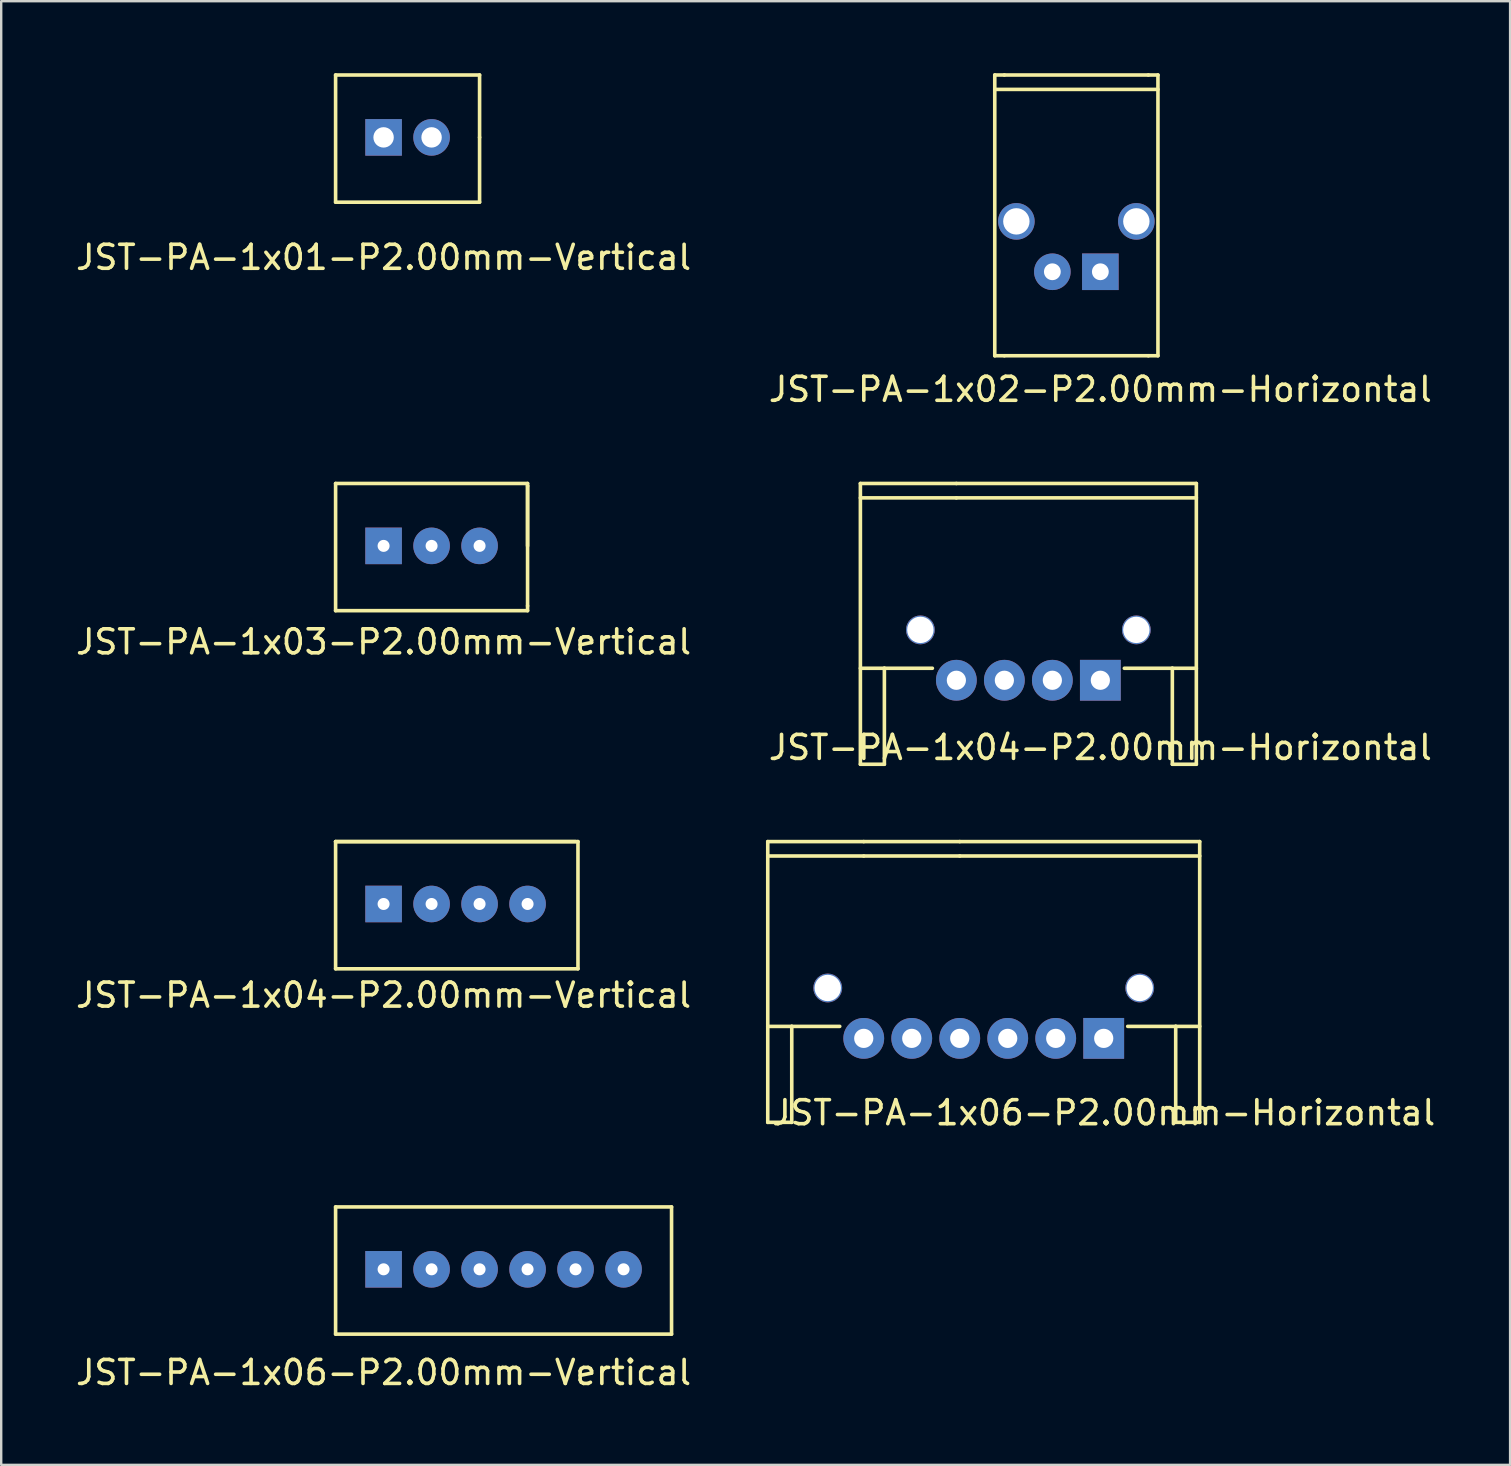
<source format=kicad_pcb>
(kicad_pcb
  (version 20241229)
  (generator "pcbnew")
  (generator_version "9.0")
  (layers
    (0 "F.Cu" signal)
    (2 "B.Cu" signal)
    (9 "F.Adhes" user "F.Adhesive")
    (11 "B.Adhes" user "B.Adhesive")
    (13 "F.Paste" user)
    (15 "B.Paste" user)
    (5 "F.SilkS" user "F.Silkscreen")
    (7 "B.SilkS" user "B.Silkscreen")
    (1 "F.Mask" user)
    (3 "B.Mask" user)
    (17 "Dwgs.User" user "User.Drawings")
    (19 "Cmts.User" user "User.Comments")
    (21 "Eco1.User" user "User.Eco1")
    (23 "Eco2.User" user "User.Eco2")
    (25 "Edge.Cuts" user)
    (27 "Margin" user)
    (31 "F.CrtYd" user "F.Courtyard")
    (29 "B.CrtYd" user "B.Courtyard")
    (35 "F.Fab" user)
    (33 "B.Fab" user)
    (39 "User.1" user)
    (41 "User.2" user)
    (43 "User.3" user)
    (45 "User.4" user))
  (footprint "JST-PA-1x01-P2.00mm-Vertical"
    (layer "F.Cu")
    (at 12.935 2.775)
    (property "Reference" "JST-PA-1x01-P2.00mm-Vertical" (at 0 4.9 0) (layer "F.SilkS") (effects (font (size 1 1) (thickness 0.15))))
    (attr through_hole)
    (fp_line (start -2 -2.7) (end -2 2.6) (stroke (width 0.15) (type solid)) (layer "F.SilkS"))
    (fp_line (start -2 -2.7) (end 4 -2.7) (stroke (width 0.15) (type solid)) (layer "F.SilkS"))
    (fp_line (start 4 -2.7) (end 4 -0.1) (stroke (width 0.15) (type solid)) (layer "F.SilkS"))
    (fp_line (start 4 -0.1) (end 4 2.6) (stroke (width 0.15) (type solid)) (layer "F.SilkS"))
    (fp_line (start 4 2.6) (end -2 2.6) (stroke (width 0.15) (type solid)) (layer "F.SilkS"))
    (pad "1" thru_hole rect (at 0 -0.1) (size 1.524 1.524) (drill 0.85) (layers "*.Cu" "*.Mask"))
    (pad "2" thru_hole circle (at 2 -0.1) (size 1.524 1.524) (drill 0.85) (layers "*.Cu" "*.Mask")))
  (footprint "JST-PA-1x06-P2.00mm-Vertical"
    (layer "F.Cu")
    (at 12.935 49.845)
    (property "Reference" "JST-PA-1x06-P2.00mm-Vertical" (at 0 4.3 0) (layer "F.SilkS") (effects (font (size 1 1) (thickness 0.15))))
    (attr through_hole)
    (fp_line (start -2 -2.6) (end -2 2.7) (stroke (width 0.15) (type solid)) (layer "F.SilkS"))
    (fp_line (start -2 -2.6) (end 12 -2.6) (stroke (width 0.15) (type solid)) (layer "F.SilkS"))
    (fp_line (start -2 2.7) (end 12 2.7) (stroke (width 0.15) (type solid)) (layer "F.SilkS"))
    (fp_line (start 12 -2.6) (end 12 2.7) (stroke (width 0.15) (type solid)) (layer "F.SilkS"))
    (pad "1" thru_hole rect (at 0 0) (size 1.524 1.524) (drill 0.5) (layers "*.Cu" "*.Mask"))
    (pad "2" thru_hole circle (at 2 0) (size 1.524 1.524) (drill 0.5) (layers "*.Cu" "*.Mask"))
    (pad "3" thru_hole circle (at 4 0) (size 1.524 1.524) (drill 0.5) (layers "*.Cu" "*.Mask"))
    (pad "4" thru_hole circle (at 6 0) (size 1.524 1.524) (drill 0.5) (layers "*.Cu" "*.Mask"))
    (pad "5" thru_hole circle (at 8 0) (size 1.524 1.524) (drill 0.5) (layers "*.Cu" "*.Mask"))
    (pad "6" thru_hole circle (at 10 0) (size 1.524 1.524) (drill 0.5) (layers "*.Cu" "*.Mask")))
  (footprint "JST-PA-1x02-P2.00mm-Horizontal"
    (layer "F.Cu")
    (at 42.804 8.275)
    (property "Reference" "JST-PA-1x02-P2.00mm-Horizontal" (at 0 4.9 0) (layer "F.SilkS") (effects (font (size 1 1) (thickness 0.15))))
    (attr through_hole)
    (fp_line (start -4.4 -7.6) (end 2.4 -7.6) (stroke (width 0.15) (type solid)) (layer "F.SilkS"))
    (fp_line (start -4.4 3.5) (end -4.4 -8.2) (stroke (width 0.15) (type solid)) (layer "F.SilkS"))
    (fp_line (start -4.4 3.5) (end -4 3.5) (stroke (width 0.15) (type solid)) (layer "F.SilkS"))
    (fp_line (start -4 -8.2) (end -4.4 -8.2) (stroke (width 0.15) (type solid)) (layer "F.SilkS"))
    (fp_line (start -4 -8.2) (end 2 -8.2) (stroke (width 0.15) (type solid)) (layer "F.SilkS"))
    (fp_line (start -4 3.5) (end 2 3.5) (stroke (width 0.15) (type solid)) (layer "F.SilkS"))
    (fp_line (start 2 -8.2) (end 2.4 -8.2) (stroke (width 0.15) (type solid)) (layer "F.SilkS"))
    (fp_line (start 2 3.5) (end 2.4 3.5) (stroke (width 0.15) (type solid)) (layer "F.SilkS"))
    (fp_line (start 2.4 -8.2) (end 2.4 3.5) (stroke (width 0.15) (type solid)) (layer "F.SilkS"))
    (pad "" thru_hole circle (at -3.5 -2.1) (size 1.524 1.524) (drill 1.1) (layers "*.Cu" "*.Mask"))
    (pad "" thru_hole circle (at 1.5 -2.1) (size 1.524 1.524) (drill 1.1) (layers "*.Cu" "*.Mask"))
    (pad "1" thru_hole rect (at 0 0) (size 1.524 1.524) (drill 0.7) (layers "*.Cu" "*.Mask"))
    (pad "2" thru_hole circle (at -2 0) (size 1.524 1.524) (drill 0.7) (layers "*.Cu" "*.Mask")))
  (footprint "JST-PA-1x06-P2.00mm-Horizontal"
    (layer "F.Cu")
    (at 42.944 40.221)
    (property "Reference" "JST-PA-1x06-P2.00mm-Horizontal" (at 0 3.1 0) (layer "F.SilkS") (effects (font (size 1 1) (thickness 0.15))))
    (attr through_hole)
    (fp_line (start -14 3.5) (end -14 -8.2) (stroke (width 0.15) (type solid)) (layer "F.SilkS"))
    (fp_line (start -13 -0.5) (end -14 -0.5) (stroke (width 0.15) (type solid)) (layer "F.SilkS"))
    (fp_line (start -13 -0.5) (end -13 3.5) (stroke (width 0.15) (type solid)) (layer "F.SilkS"))
    (fp_line (start -13 3.5) (end -14 3.5) (stroke (width 0.15) (type solid)) (layer "F.SilkS"))
    (fp_line (start -11 -0.5) (end -13 -0.5) (stroke (width 0.15) (type solid)) (layer "F.SilkS"))
    (fp_line (start -10 -8.2) (end -14 -8.2) (stroke (width 0.15) (type solid)) (layer "F.SilkS"))
    (fp_line (start -10 -7.6) (end -14 -7.6) (stroke (width 0.15) (type solid)) (layer "F.SilkS"))
    (fp_line (start -6 -8.2) (end -10 -8.2) (stroke (width 0.15) (type solid)) (layer "F.SilkS"))
    (fp_line (start -6 -8.2) (end 4 -8.2) (stroke (width 0.15) (type solid)) (layer "F.SilkS"))
    (fp_line (start -6 -7.6) (end -10 -7.6) (stroke (width 0.15) (type solid)) (layer "F.SilkS"))
    (fp_line (start -6 -7.6) (end 4 -7.6) (stroke (width 0.15) (type solid)) (layer "F.SilkS"))
    (fp_line (start 3 -0.5) (end 1 -0.5) (stroke (width 0.15) (type solid)) (layer "F.SilkS"))
    (fp_line (start 3 -0.5) (end 3 3.5) (stroke (width 0.15) (type solid)) (layer "F.SilkS"))
    (fp_line (start 3 -0.5) (end 4 -0.5) (stroke (width 0.15) (type solid)) (layer "F.SilkS"))
    (fp_line (start 3 3.5) (end 4 3.5) (stroke (width 0.15) (type solid)) (layer "F.SilkS"))
    (fp_line (start 4 -8.2) (end 4 3.5) (stroke (width 0.15) (type solid)) (layer "F.SilkS"))
    (pad "" thru_hole circle (at -11.5 -2.1) (size 1.2 1.2) (drill 1.1) (layers "*.Cu" "*.Mask"))
    (pad "" thru_hole circle (at 1.5 -2.1) (size 1.2 1.2) (drill 1.1) (layers "*.Cu" "*.Mask"))
    (pad "1" thru_hole rect (at 0 0) (size 1.7 1.7) (drill 0.8) (layers "*.Cu" "*.Mask"))
    (pad "2" thru_hole circle (at -2 0) (size 1.7 1.7) (drill 0.8) (layers "*.Cu" "*.Mask"))
    (pad "3" thru_hole circle (at -4 0) (size 1.7 1.7) (drill 0.8) (layers "*.Cu" "*.Mask"))
    (pad "4" thru_hole circle (at -6 0) (size 1.7 1.7) (drill 0.8) (layers "*.Cu" "*.Mask"))
    (pad "5" thru_hole circle (at -8 0) (size 1.7 1.7) (drill 0.8) (layers "*.Cu" "*.Mask"))
    (pad "6" thru_hole circle (at -10 0) (size 1.7 1.7) (drill 0.8) (layers "*.Cu" "*.Mask")))
  (footprint "JST-PA-1x03-P2.00mm-Vertical"
    (layer "F.Cu")
    (at 12.935 19.698)
    (property "Reference" "JST-PA-1x03-P2.00mm-Vertical" (at 0 4 0) (layer "F.SilkS") (effects (font (size 1 1) (thickness 0.15))))
    (attr through_hole)
    (fp_line (start -2 -2.6) (end -2 2.7) (stroke (width 0.15) (type solid)) (layer "F.SilkS"))
    (fp_line (start -2 -2.6) (end 6 -2.6) (stroke (width 0.15) (type solid)) (layer "F.SilkS"))
    (fp_line (start -2 2.7) (end 6 2.7) (stroke (width 0.15) (type solid)) (layer "F.SilkS"))
    (fp_line (start 6 -2.6) (end 6 -2.5) (stroke (width 0.15) (type solid)) (layer "F.SilkS"))
    (fp_line (start 6 -2.5) (end 6 2.5) (stroke (width 0.15) (type solid)) (layer "F.SilkS"))
    (fp_line (start 6 0) (end 6 -2.5) (stroke (width 0.15) (type solid)) (layer "F.SilkS"))
    (fp_line (start 6 2.7) (end 6 2.5) (stroke (width 0.15) (type solid)) (layer "F.SilkS"))
    (pad "1" thru_hole rect (at 0 0) (size 1.524 1.524) (drill 0.5) (layers "*.Cu" "*.Mask"))
    (pad "2" thru_hole circle (at 2 0) (size 1.524 1.524) (drill 0.5) (layers "*.Cu" "*.Mask"))
    (pad "3" thru_hole circle (at 4 0) (size 1.524 1.524) (drill 0.5) (layers "*.Cu" "*.Mask")))
  (footprint "JST-PA-1x04-P2.00mm-Vertical"
    (layer "F.Cu")
    (at 12.935 34.621)
    (property "Reference" "JST-PA-1x04-P2.00mm-Vertical" (at 0 3.8 0) (layer "F.SilkS") (effects (font (size 1 1) (thickness 0.15))))
    (attr through_hole)
    (fp_line (start -2 -2.6) (end -2 2.7) (stroke (width 0.15) (type solid)) (layer "F.SilkS"))
    (fp_line (start -2 -2.6) (end 8.1 -2.6) (stroke (width 0.15) (type solid)) (layer "F.SilkS"))
    (fp_line (start 8 -2.6) (end -2 -2.6) (stroke (width 0.15) (type solid)) (layer "F.SilkS"))
    (fp_line (start 8.1 -2.6) (end 8.1 2.7) (stroke (width 0.15) (type solid)) (layer "F.SilkS"))
    (fp_line (start 8.1 2.7) (end -2 2.7) (stroke (width 0.15) (type solid)) (layer "F.SilkS"))
    (pad "1" thru_hole rect (at 0 0) (size 1.524 1.524) (drill 0.5) (layers "*.Cu" "*.Mask"))
    (pad "2" thru_hole circle (at 2 0) (size 1.524 1.524) (drill 0.5) (layers "*.Cu" "*.Mask"))
    (pad "3" thru_hole circle (at 4 0) (size 1.524 1.524) (drill 0.5) (layers "*.Cu" "*.Mask"))
    (pad "4" thru_hole circle (at 6 0) (size 1.524 1.524) (drill 0.5) (layers "*.Cu" "*.Mask")))
  (footprint "JST-PA-1x04-P2.00mm-Horizontal"
    (layer "F.Cu")
    (at 42.804 25.298)
    (property "Reference" "JST-PA-1x04-P2.00mm-Horizontal" (at 0 2.8 0) (layer "F.SilkS") (effects (font (size 1 1) (thickness 0.15))))
    (attr through_hole)
    (fp_line (start -10 3.5) (end -10 -8.2) (stroke (width 0.15) (type solid)) (layer "F.SilkS"))
    (fp_line (start -9 -0.5) (end -10 -0.5) (stroke (width 0.15) (type solid)) (layer "F.SilkS"))
    (fp_line (start -9 -0.5) (end -9 3.5) (stroke (width 0.15) (type solid)) (layer "F.SilkS"))
    (fp_line (start -9 3.5) (end -10 3.5) (stroke (width 0.15) (type solid)) (layer "F.SilkS"))
    (fp_line (start -7 -0.5) (end -9 -0.5) (stroke (width 0.15) (type solid)) (layer "F.SilkS"))
    (fp_line (start -6 -8.2) (end -10 -8.2) (stroke (width 0.15) (type solid)) (layer "F.SilkS"))
    (fp_line (start -6 -8.2) (end 4 -8.2) (stroke (width 0.15) (type solid)) (layer "F.SilkS"))
    (fp_line (start -6 -7.6) (end -10 -7.6) (stroke (width 0.15) (type solid)) (layer "F.SilkS"))
    (fp_line (start -6 -7.6) (end 4 -7.6) (stroke (width 0.15) (type solid)) (layer "F.SilkS"))
    (fp_line (start 3 -0.5) (end 1 -0.5) (stroke (width 0.15) (type solid)) (layer "F.SilkS"))
    (fp_line (start 3 -0.5) (end 3 3.5) (stroke (width 0.15) (type solid)) (layer "F.SilkS"))
    (fp_line (start 3 -0.5) (end 4 -0.5) (stroke (width 0.15) (type solid)) (layer "F.SilkS"))
    (fp_line (start 3 3.5) (end 4 3.5) (stroke (width 0.15) (type solid)) (layer "F.SilkS"))
    (fp_line (start 4 -8.2) (end 4 3.5) (stroke (width 0.15) (type solid)) (layer "F.SilkS"))
    (pad "" thru_hole circle (at -7.5 -2.1) (size 1.2 1.2) (drill 1.1) (layers "*.Cu" "*.Mask"))
    (pad "" thru_hole circle (at 1.5 -2.1) (size 1.2 1.2) (drill 1.1) (layers "*.Cu" "*.Mask"))
    (pad "1" thru_hole rect (at 0 0) (size 1.7 1.7) (drill 0.8) (layers "*.Cu" "*.Mask"))
    (pad "2" thru_hole circle (at -2 0) (size 1.7 1.7) (drill 0.8) (layers "*.Cu" "*.Mask"))
    (pad "3" thru_hole circle (at -4 0) (size 1.7 1.7) (drill 0.8) (layers "*.Cu" "*.Mask"))
    (pad "4" thru_hole circle (at -6 0) (size 1.7 1.7) (drill 0.8) (layers "*.Cu" "*.Mask")))
  (gr_rect
    (start -3 -3)
    (end 59.879 57.993)
    (stroke (width 0.1) (type default))
    (fill no)
    (layer "Edge.Cuts")))
</source>
